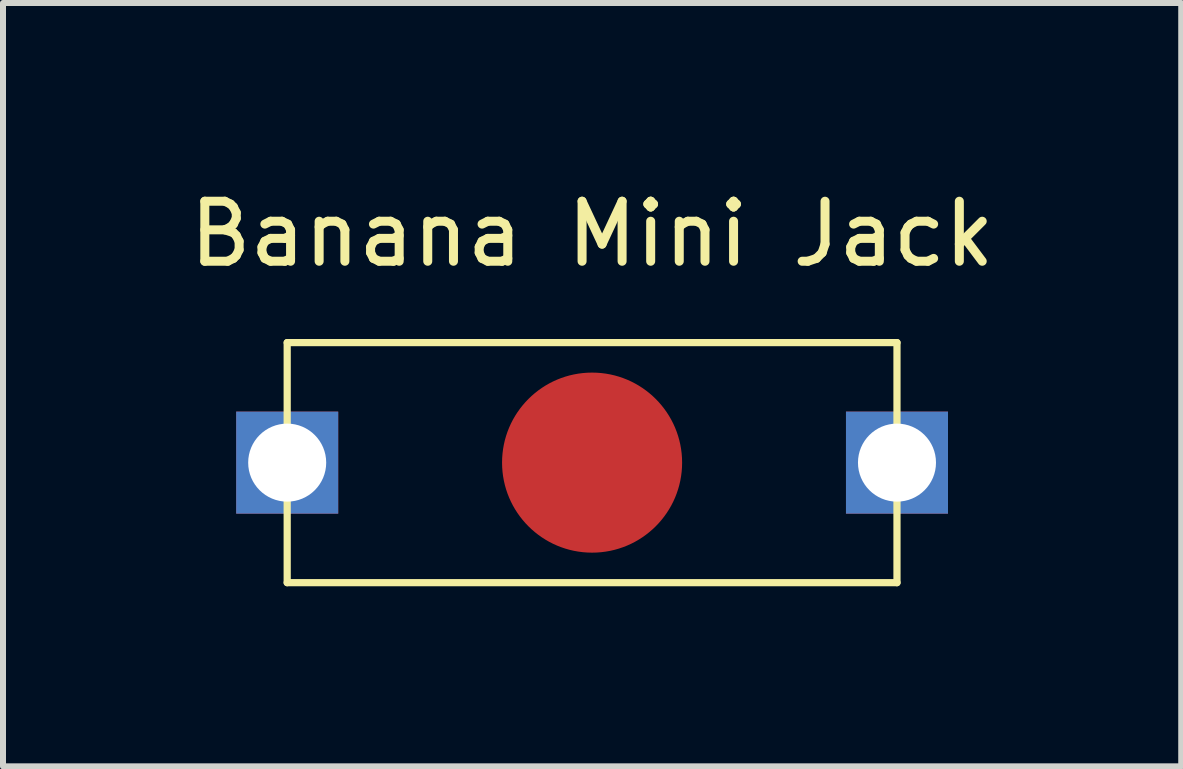
<source format=kicad_pcb>
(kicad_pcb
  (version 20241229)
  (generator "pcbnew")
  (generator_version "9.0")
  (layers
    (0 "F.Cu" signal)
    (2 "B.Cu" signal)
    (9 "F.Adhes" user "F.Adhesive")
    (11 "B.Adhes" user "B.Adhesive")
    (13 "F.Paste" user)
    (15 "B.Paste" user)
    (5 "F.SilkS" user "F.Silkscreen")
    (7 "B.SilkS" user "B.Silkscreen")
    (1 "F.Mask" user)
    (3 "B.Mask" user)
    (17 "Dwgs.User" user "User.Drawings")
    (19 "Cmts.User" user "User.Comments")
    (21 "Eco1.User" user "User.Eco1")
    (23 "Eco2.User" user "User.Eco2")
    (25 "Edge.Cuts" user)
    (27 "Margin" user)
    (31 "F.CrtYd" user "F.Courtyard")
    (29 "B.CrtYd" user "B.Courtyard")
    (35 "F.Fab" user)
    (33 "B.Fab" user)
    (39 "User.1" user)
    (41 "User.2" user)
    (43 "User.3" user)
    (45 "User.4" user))
  (footprint "Banana Mini Jack"
    (layer "F.Cu")
    (at 1.735 4.658)
    (property "Reference" "Banana Mini Jack" (at 5.08 -3.81 0) (layer "F.SilkS") (effects (font (size 1 1) (thickness 0.15))))
    (attr through_hole)
    (fp_line (start 0 -2) (end 0 2) (stroke (width 0.12) (type solid)) (layer "F.SilkS"))
    (fp_line (start 0 2) (end 10.16 2) (stroke (width 0.12) (type solid)) (layer "F.SilkS"))
    (fp_line (start 10.16 -2) (end 0 -2) (stroke (width 0.12) (type solid)) (layer "F.SilkS"))
    (fp_line (start 10.16 2) (end 10.16 -2) (stroke (width 0.12) (type solid)) (layer "F.SilkS"))
    (pad "1" thru_hole rect (at 0 0) (size 1.7 1.7) (drill 1.3) (layers "*.Cu" "*.Mask"))
    (pad "1" thru_hole rect (at 10.16 0) (size 1.7 1.7) (drill 1.3) (layers "*.Cu" "*.Mask"))
    (pad "2" connect circle (at 5.08 0) (size 3 3) (layers "F.Cu" "F.Mask")))
  (gr_rect
    (start -3 -3)
    (end 16.631 9.718)
    (stroke (width 0.1) (type default))
    (fill no)
    (layer "Edge.Cuts")))
</source>
